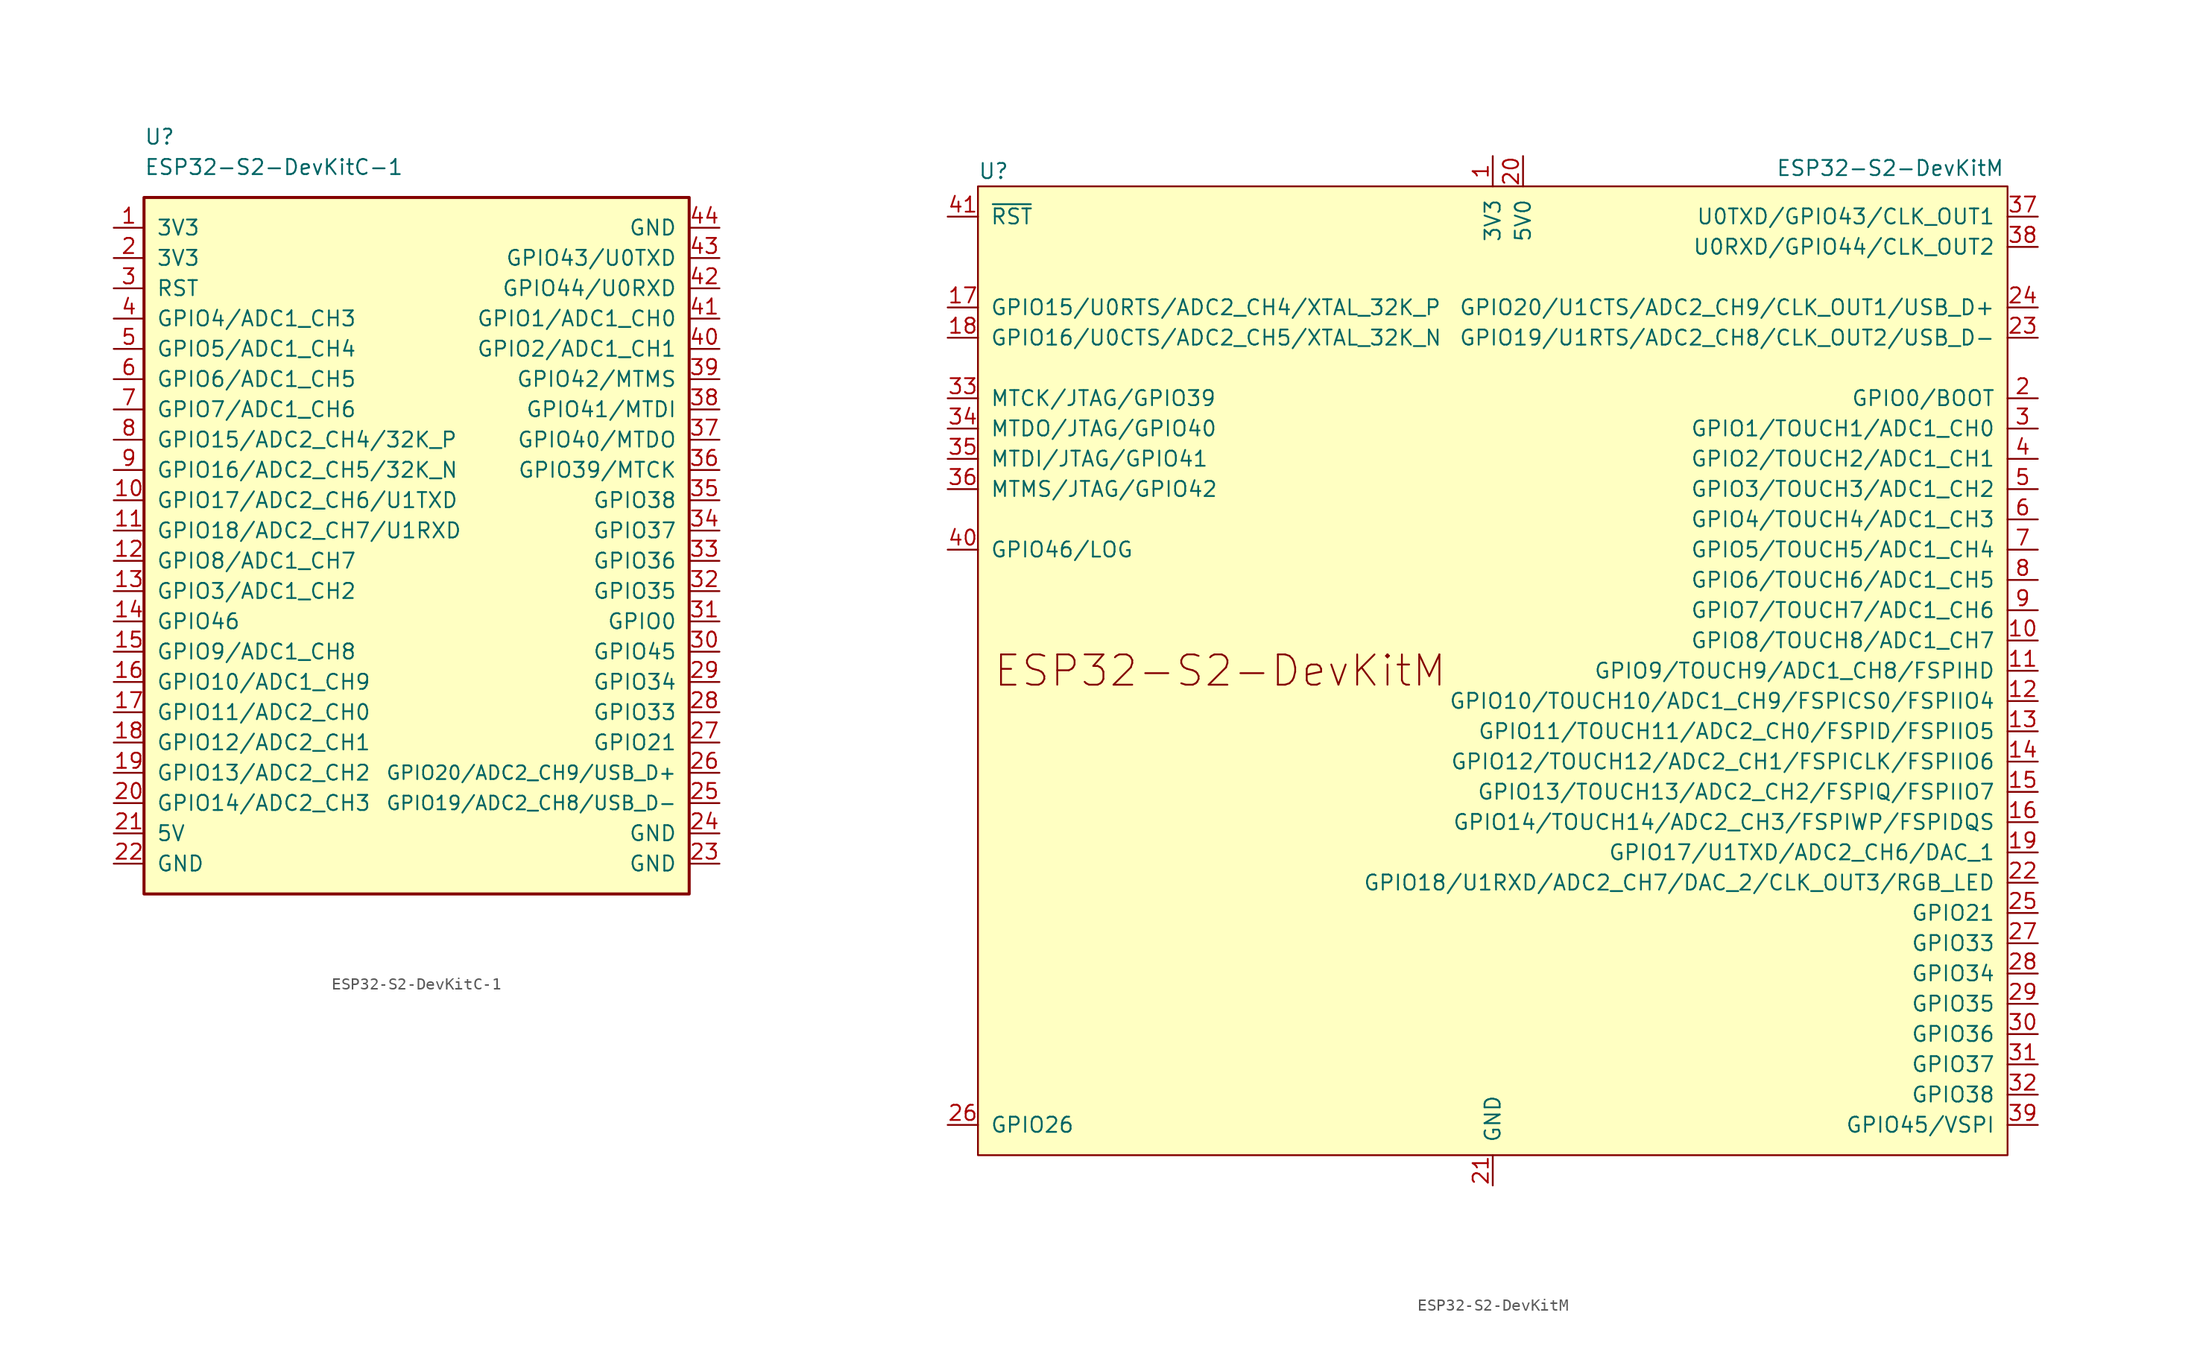
<source format=kicad_sym>
(kicad_symbol_lib
  (version 20241209)
  (generator "kicad_symbol_editor")
  (generator_version "9.0")
  (symbol "ESP32-S2-DevKitC-1"
    (pin_names
      (offset 1.016))
    (property "Reference" "U"
      (at -22.86 33.02 0)
      (effects (font (size 1.27 1.27)) (justify left)))
    (property "Value" "ESP32-S2-DevKitC-1"
      (at -22.86 30.48 0)
      (effects (font (size 1.27 1.27)) (justify left)))
    (symbol "ESP32-S2-DevKitC-1_0_0"
      (pin power_in line (at -25.4 22.86 0) (length 2.54) (name "3V3" (effects (font (size 1.27 1.27)))) (number "2" (effects (font (size 1.27 1.27)))))
      (pin input line (at -25.4 -7.62 0) (length 2.54) (name "GPIO46" (effects (font (size 1.27 1.27)))) (number "14" (effects (font (size 1.27 1.27)))))
      (pin bidirectional line (at -25.4 -20.32 0) (length 2.54) (name "GPIO13/ADC2_CH2" (effects (font (size 1.27 1.27)))) (number "19" (effects (font (size 1.27 1.27)))))
      (pin power_in line (at 25.4 25.4 180) (length 2.54) (name "GND" (effects (font (size 1.27 1.27)))) (number "44" (effects (font (size 1.27 1.27)))))
      (pin bidirectional line (at 25.4 22.86 180) (length 2.54) (name "GPIO43/U0TXD" (effects (font (size 1.27 1.27)))) (number "43" (effects (font (size 1.27 1.27)))))
      (pin bidirectional line (at 25.4 20.32 180) (length 2.54) (name "GPIO44/U0RXD" (effects (font (size 1.27 1.27)))) (number "42" (effects (font (size 1.27 1.27)))))
      (pin bidirectional line (at 25.4 17.78 180) (length 2.54) (name "GPIO1/ADC1_CH0" (effects (font (size 1.27 1.27)))) (number "41" (effects (font (size 1.27 1.27)))))
      (pin bidirectional line (at 25.4 15.24 180) (length 2.54) (name "GPIO2/ADC1_CH1" (effects (font (size 1.27 1.27)))) (number "40" (effects (font (size 1.27 1.27)))))
      (pin bidirectional line (at 25.4 12.7 180) (length 2.54) (name "GPIO42/MTMS" (effects (font (size 1.27 1.27)))) (number "39" (effects (font (size 1.27 1.27))))))
    (symbol "ESP32-S2-DevKitC-1_0_1"
      (rectangle (start -22.86 27.94) (end 22.86 -30.48) (stroke (width 0.254) (type default)) (fill (type background))))
    (symbol "ESP32-S2-DevKitC-1_1_1"
      (pin power_in line (at -25.4 25.4 0) (length 2.54) (name "3V3" (effects (font (size 1.27 1.27)))) (number "1" (effects (font (size 1.27 1.27)))))
      (pin input line (at -25.4 20.32 0) (length 2.54) (name "RST" (effects (font (size 1.27 1.27)))) (number "3" (effects (font (size 1.27 1.27)))))
      (pin bidirectional line (at -25.4 17.78 0) (length 2.54) (name "GPIO4/ADC1_CH3" (effects (font (size 1.27 1.27)))) (number "4" (effects (font (size 1.27 1.27)))))
      (pin bidirectional line (at -25.4 15.24 0) (length 2.54) (name "GPIO5/ADC1_CH4" (effects (font (size 1.27 1.27)))) (number "5" (effects (font (size 1.27 1.27)))))
      (pin bidirectional line (at -25.4 12.7 0) (length 2.54) (name "GPIO6/ADC1_CH5" (effects (font (size 1.27 1.27)))) (number "6" (effects (font (size 1.27 1.27)))))
      (pin bidirectional line (at -25.4 10.16 0) (length 2.54) (name "GPIO7/ADC1_CH6" (effects (font (size 1.27 1.27)))) (number "7" (effects (font (size 1.27 1.27)))))
      (pin bidirectional line (at -25.4 7.62 0) (length 2.54) (name "GPIO15/ADC2_CH4/32K_P" (effects (font (size 1.27 1.27)))) (number "8" (effects (font (size 1.27 1.27)))))
      (pin bidirectional line (at -25.4 5.08 0) (length 2.54) (name "GPIO16/ADC2_CH5/32K_N" (effects (font (size 1.27 1.27)))) (number "9" (effects (font (size 1.27 1.27)))))
      (pin bidirectional line (at -25.4 2.54 0) (length 2.54) (name "GPIO17/ADC2_CH6/U1TXD" (effects (font (size 1.27 1.27)))) (number "10" (effects (font (size 1.27 1.27)))))
      (pin bidirectional line (at -25.4 0 0) (length 2.54) (name "GPIO18/ADC2_CH7/U1RXD" (effects (font (size 1.27 1.27)))) (number "11" (effects (font (size 1.27 1.27)))))
      (pin bidirectional line (at -25.4 -2.54 0) (length 2.54) (name "GPIO8/ADC1_CH7" (effects (font (size 1.27 1.27)))) (number "12" (effects (font (size 1.27 1.27)))))
      (pin bidirectional line (at -25.4 -5.08 0) (length 2.54) (name "GPIO3/ADC1_CH2" (effects (font (size 1.27 1.27)))) (number "13" (effects (font (size 1.27 1.27)))))
      (pin bidirectional line (at -25.4 -10.16 0) (length 2.54) (name "GPIO9/ADC1_CH8" (effects (font (size 1.27 1.27)))) (number "15" (effects (font (size 1.27 1.27)))))
      (pin bidirectional line (at -25.4 -12.7 0) (length 2.54) (name "GPIO10/ADC1_CH9" (effects (font (size 1.27 1.27)))) (number "16" (effects (font (size 1.27 1.27)))))
      (pin bidirectional line (at -25.4 -15.24 0) (length 2.54) (name "GPIO11/ADC2_CH0" (effects (font (size 1.27 1.27)))) (number "17" (effects (font (size 1.27 1.27)))))
      (pin bidirectional line (at -25.4 -17.78 0) (length 2.54) (name "GPIO12/ADC2_CH1" (effects (font (size 1.27 1.27)))) (number "18" (effects (font (size 1.27 1.27)))))
      (pin bidirectional line (at -25.4 -22.86 0) (length 2.54) (name "GPIO14/ADC2_CH3" (effects (font (size 1.27 1.27)))) (number "20" (effects (font (size 1.27 1.27)))))
      (pin power_in line (at -25.4 -25.4 0) (length 2.54) (name "5V" (effects (font (size 1.27 1.27)))) (number "21" (effects (font (size 1.27 1.27)))))
      (pin power_in line (at -25.4 -27.94 0) (length 2.54) (name "GND" (effects (font (size 1.27 1.27)))) (number "22" (effects (font (size 1.27 1.27)))))
      (pin bidirectional line (at 25.4 10.16 180) (length 2.54) (name "GPIO41/MTDI" (effects (font (size 1.27 1.27)))) (number "38" (effects (font (size 1.27 1.27)))))
      (pin bidirectional line (at 25.4 7.62 180) (length 2.54) (name "GPIO40/MTDO" (effects (font (size 1.27 1.27)))) (number "37" (effects (font (size 1.27 1.27)))))
      (pin bidirectional line (at 25.4 5.08 180) (length 2.54) (name "GPIO39/MTCK" (effects (font (size 1.27 1.27)))) (number "36" (effects (font (size 1.27 1.27)))))
      (pin bidirectional line (at 25.4 2.54 180) (length 2.54) (name "GPIO38" (effects (font (size 1.27 1.27)))) (number "35" (effects (font (size 1.27 1.27)))))
      (pin bidirectional line (at 25.4 0 180) (length 2.54) (name "GPIO37" (effects (font (size 1.27 1.27)))) (number "34" (effects (font (size 1.27 1.27)))))
      (pin bidirectional line (at 25.4 -2.54 180) (length 2.54) (name "GPIO36" (effects (font (size 1.27 1.27)))) (number "33" (effects (font (size 1.27 1.27)))))
      (pin bidirectional line (at 25.4 -5.08 180) (length 2.54) (name "GPIO35" (effects (font (size 1.27 1.27)))) (number "32" (effects (font (size 1.27 1.27)))))
      (pin bidirectional line (at 25.4 -7.62 180) (length 2.54) (name "GPIO0" (effects (font (size 1.27 1.27)))) (number "31" (effects (font (size 1.27 1.27)))))
      (pin bidirectional line (at 25.4 -10.16 180) (length 2.54) (name "GPIO45" (effects (font (size 1.27 1.27)))) (number "30" (effects (font (size 1.27 1.27)))))
      (pin bidirectional line (at 25.4 -12.7 180) (length 2.54) (name "GPIO34" (effects (font (size 1.27 1.27)))) (number "29" (effects (font (size 1.27 1.27)))))
      (pin bidirectional line (at 25.4 -15.24 180) (length 2.54) (name "GPIO33" (effects (font (size 1.27 1.27)))) (number "28" (effects (font (size 1.27 1.27)))))
      (pin bidirectional line (at 25.4 -17.78 180) (length 2.54) (name "GPIO21" (effects (font (size 1.27 1.27)))) (number "27" (effects (font (size 1.27 1.27)))))
      (pin bidirectional line (at 25.4 -20.32 180) (length 2.54) (name "GPIO20/ADC2_CH9/USB_D+" (effects (font (size 1.15 1.15)))) (number "26" (effects (font (size 1.27 1.27)))))
      (pin bidirectional line (at 25.4 -22.86 180) (length 2.54) (name "GPIO19/ADC2_CH8/USB_D-" (effects (font (size 1.15 1.15)))) (number "25" (effects (font (size 1.27 1.27)))))
      (pin power_in line (at 25.4 -25.4 180) (length 2.54) (name "GND" (effects (font (size 1.27 1.27)))) (number "24" (effects (font (size 1.27 1.27)))))
      (pin power_in line (at 25.4 -27.94 180) (length 2.54) (name "GND" (effects (font (size 1.27 1.27)))) (number "23" (effects (font (size 1.27 1.27)))))))
  (symbol "ESP32-S2-DevKitM"
    (pin_names
      (offset 1.016))
    (property "Reference" "U"
      (at -43.18 41.91 0)
      (effects (font (size 1.27 1.27)) (justify left)))
    (property "Value" "ESP32-S2-DevKitM"
      (at 42.926 42.164 0)
      (effects (font (size 1.27 1.27)) (justify right)))
    (symbol "ESP32-S2-DevKitM_0_1"
      (rectangle (start -43.18 40.64) (end 43.18 -40.64) (stroke (width 0) (type default)) (fill (type background))))
    (symbol "ESP32-S2-DevKitM_1_1"
      (text "ESP32-S2-DevKitM" (at -22.86 0 0) (effects (font (size 2.54 2.54))))
      (pin input line (at -45.72 38.1 0) (length 2.54) (name "~{RST}" (effects (font (size 1.27 1.27)))) (number "41" (effects (font (size 1.27 1.27)))))
      (pin bidirectional line (at -45.72 30.48 0) (length 2.54) (name "GPIO15/U0RTS/ADC2_CH4/XTAL_32K_P" (effects (font (size 1.27 1.27)))) (number "17" (effects (font (size 1.27 1.27)))))
      (pin bidirectional line (at -45.72 27.94 0) (length 2.54) (name "GPIO16/U0CTS/ADC2_CH5/XTAL_32K_N" (effects (font (size 1.27 1.27)))) (number "18" (effects (font (size 1.27 1.27)))))
      (pin bidirectional line (at -45.72 22.86 0) (length 2.54) (name "MTCK/JTAG/GPIO39" (effects (font (size 1.27 1.27)))) (number "33" (effects (font (size 1.27 1.27)))))
      (pin bidirectional line (at -45.72 20.32 0) (length 2.54) (name "MTDO/JTAG/GPIO40" (effects (font (size 1.27 1.27)))) (number "34" (effects (font (size 1.27 1.27)))))
      (pin bidirectional line (at -45.72 17.78 0) (length 2.54) (name "MTDI/JTAG/GPIO41" (effects (font (size 1.27 1.27)))) (number "35" (effects (font (size 1.27 1.27)))))
      (pin bidirectional line (at -45.72 15.24 0) (length 2.54) (name "MTMS/JTAG/GPIO42" (effects (font (size 1.27 1.27)))) (number "36" (effects (font (size 1.27 1.27)))))
      (pin input line (at -45.72 10.16 0) (length 2.54) (name "GPIO46/LOG" (effects (font (size 1.27 1.27)))) (number "40" (effects (font (size 1.27 1.27)))))
      (pin bidirectional line (at -45.72 -38.1 0) (length 2.54) (name "GPIO26" (effects (font (size 1.27 1.27)))) (number "26" (effects (font (size 1.27 1.27)))))
      (pin power_out line (at 0 43.18 270) (length 2.54) (name "3V3" (effects (font (size 1.27 1.27)))) (number "1" (effects (font (size 1.27 1.27)))))
      (pin power_in line (at 0 -43.18 90) (length 2.54) (name "GND" (effects (font (size 1.27 1.27)))) (number "21" (effects (font (size 1.27 1.27)))))
      (pin passive line (at 0 -43.18 90) (length 2.54) (hide yes) (name "GND" (effects (font (size 1.27 1.27)))) (number "42" (effects (font (size 1.27 1.27)))))
      (pin power_in line (at 2.54 43.18 270) (length 2.54) (name "5V0" (effects (font (size 1.27 1.27)))) (number "20" (effects (font (size 1.27 1.27)))))
      (pin bidirectional line (at 45.72 38.1 180) (length 2.54) (name "U0TXD/GPIO43/CLK_OUT1" (effects (font (size 1.27 1.27)))) (number "37" (effects (font (size 1.27 1.27)))))
      (pin bidirectional line (at 45.72 35.56 180) (length 2.54) (name "U0RXD/GPIO44/CLK_OUT2" (effects (font (size 1.27 1.27)))) (number "38" (effects (font (size 1.27 1.27)))))
      (pin bidirectional line (at 45.72 30.48 180) (length 2.54) (name "GPIO20/U1CTS/ADC2_CH9/CLK_OUT1/USB_D+" (effects (font (size 1.27 1.27)))) (number "24" (effects (font (size 1.27 1.27)))))
      (pin bidirectional line (at 45.72 27.94 180) (length 2.54) (name "GPIO19/U1RTS/ADC2_CH8/CLK_OUT2/USB_D-" (effects (font (size 1.27 1.27)))) (number "23" (effects (font (size 1.27 1.27)))))
      (pin bidirectional line (at 45.72 22.86 180) (length 2.54) (name "GPIO0/BOOT" (effects (font (size 1.27 1.27)))) (number "2" (effects (font (size 1.27 1.27)))))
      (pin bidirectional line (at 45.72 20.32 180) (length 2.54) (name "GPIO1/TOUCH1/ADC1_CH0" (effects (font (size 1.27 1.27)))) (number "3" (effects (font (size 1.27 1.27)))))
      (pin bidirectional line (at 45.72 17.78 180) (length 2.54) (name "GPIO2/TOUCH2/ADC1_CH1" (effects (font (size 1.27 1.27)))) (number "4" (effects (font (size 1.27 1.27)))))
      (pin bidirectional line (at 45.72 15.24 180) (length 2.54) (name "GPIO3/TOUCH3/ADC1_CH2" (effects (font (size 1.27 1.27)))) (number "5" (effects (font (size 1.27 1.27)))))
      (pin bidirectional line (at 45.72 12.7 180) (length 2.54) (name "GPIO4/TOUCH4/ADC1_CH3" (effects (font (size 1.27 1.27)))) (number "6" (effects (font (size 1.27 1.27)))))
      (pin bidirectional line (at 45.72 10.16 180) (length 2.54) (name "GPIO5/TOUCH5/ADC1_CH4" (effects (font (size 1.27 1.27)))) (number "7" (effects (font (size 1.27 1.27)))))
      (pin bidirectional line (at 45.72 7.62 180) (length 2.54) (name "GPIO6/TOUCH6/ADC1_CH5" (effects (font (size 1.27 1.27)))) (number "8" (effects (font (size 1.27 1.27)))))
      (pin bidirectional line (at 45.72 5.08 180) (length 2.54) (name "GPIO7/TOUCH7/ADC1_CH6" (effects (font (size 1.27 1.27)))) (number "9" (effects (font (size 1.27 1.27)))))
      (pin bidirectional line (at 45.72 2.54 180) (length 2.54) (name "GPIO8/TOUCH8/ADC1_CH7" (effects (font (size 1.27 1.27)))) (number "10" (effects (font (size 1.27 1.27)))))
      (pin bidirectional line (at 45.72 0 180) (length 2.54) (name "GPIO9/TOUCH9/ADC1_CH8/FSPIHD" (effects (font (size 1.27 1.27)))) (number "11" (effects (font (size 1.27 1.27)))))
      (pin bidirectional line (at 45.72 -2.54 180) (length 2.54) (name "GPIO10/TOUCH10/ADC1_CH9/FSPICS0/FSPIIO4" (effects (font (size 1.27 1.27)))) (number "12" (effects (font (size 1.27 1.27)))))
      (pin bidirectional line (at 45.72 -5.08 180) (length 2.54) (name "GPIO11/TOUCH11/ADC2_CH0/FSPID/FSPIIO5" (effects (font (size 1.27 1.27)))) (number "13" (effects (font (size 1.27 1.27)))))
      (pin bidirectional line (at 45.72 -7.62 180) (length 2.54) (name "GPIO12/TOUCH12/ADC2_CH1/FSPICLK/FSPIIO6" (effects (font (size 1.27 1.27)))) (number "14" (effects (font (size 1.27 1.27)))))
      (pin bidirectional line (at 45.72 -10.16 180) (length 2.54) (name "GPIO13/TOUCH13/ADC2_CH2/FSPIQ/FSPIIO7" (effects (font (size 1.27 1.27)))) (number "15" (effects (font (size 1.27 1.27)))))
      (pin bidirectional line (at 45.72 -12.7 180) (length 2.54) (name "GPIO14/TOUCH14/ADC2_CH3/FSPIWP/FSPIDQS" (effects (font (size 1.27 1.27)))) (number "16" (effects (font (size 1.27 1.27)))))
      (pin bidirectional line (at 45.72 -15.24 180) (length 2.54) (name "GPIO17/U1TXD/ADC2_CH6/DAC_1" (effects (font (size 1.27 1.27)))) (number "19" (effects (font (size 1.27 1.27)))))
      (pin bidirectional line (at 45.72 -17.78 180) (length 2.54) (name "GPIO18/U1RXD/ADC2_CH7/DAC_2/CLK_OUT3/RGB_LED" (effects (font (size 1.27 1.27)))) (number "22" (effects (font (size 1.27 1.27)))))
      (pin bidirectional line (at 45.72 -20.32 180) (length 2.54) (name "GPIO21" (effects (font (size 1.27 1.27)))) (number "25" (effects (font (size 1.27 1.27)))))
      (pin bidirectional line (at 45.72 -22.86 180) (length 2.54) (name "GPIO33" (effects (font (size 1.27 1.27)))) (number "27" (effects (font (size 1.27 1.27)))))
      (pin bidirectional line (at 45.72 -25.4 180) (length 2.54) (name "GPIO34" (effects (font (size 1.27 1.27)))) (number "28" (effects (font (size 1.27 1.27)))))
      (pin bidirectional line (at 45.72 -27.94 180) (length 2.54) (name "GPIO35" (effects (font (size 1.27 1.27)))) (number "29" (effects (font (size 1.27 1.27)))))
      (pin bidirectional line (at 45.72 -30.48 180) (length 2.54) (name "GPIO36" (effects (font (size 1.27 1.27)))) (number "30" (effects (font (size 1.27 1.27)))))
      (pin bidirectional line (at 45.72 -33.02 180) (length 2.54) (name "GPIO37" (effects (font (size 1.27 1.27)))) (number "31" (effects (font (size 1.27 1.27)))))
      (pin bidirectional line (at 45.72 -35.56 180) (length 2.54) (name "GPIO38" (effects (font (size 1.27 1.27)))) (number "32" (effects (font (size 1.27 1.27)))))
      (pin bidirectional line (at 45.72 -38.1 180) (length 2.54) (name "GPIO45/VSPI" (effects (font (size 1.27 1.27)))) (number "39" (effects (font (size 1.27 1.27))))))))
</source>
